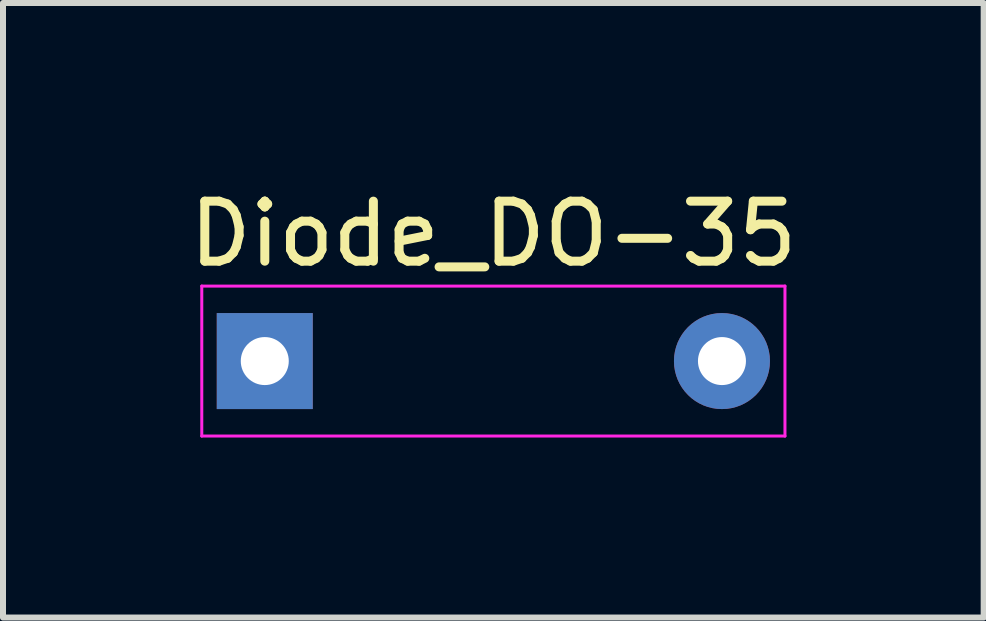
<source format=kicad_pcb>
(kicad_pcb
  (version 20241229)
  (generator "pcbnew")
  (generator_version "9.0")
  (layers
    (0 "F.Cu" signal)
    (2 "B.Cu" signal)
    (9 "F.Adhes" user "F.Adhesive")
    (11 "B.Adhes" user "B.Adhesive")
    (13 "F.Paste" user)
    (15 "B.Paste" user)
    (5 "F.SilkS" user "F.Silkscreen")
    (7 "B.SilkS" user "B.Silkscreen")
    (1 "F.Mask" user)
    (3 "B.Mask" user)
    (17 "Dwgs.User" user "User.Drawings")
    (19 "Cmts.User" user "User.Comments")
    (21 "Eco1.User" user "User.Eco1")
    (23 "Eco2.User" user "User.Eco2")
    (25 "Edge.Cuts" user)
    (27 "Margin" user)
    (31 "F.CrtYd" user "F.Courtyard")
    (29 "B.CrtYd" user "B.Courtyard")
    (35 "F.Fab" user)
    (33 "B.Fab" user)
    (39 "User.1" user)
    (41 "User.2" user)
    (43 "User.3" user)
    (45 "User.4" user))
  (footprint "Diode_DO-35"
    (layer "F.Cu")
    (at 1.363 2.968)
    (property "Reference" "Diode_DO-35" (at 3.81 -2.12 0) (layer "F.SilkS") (effects (font (size 1 1) (thickness 0.15))))
    (attr through_hole)
    (fp_line (start -1.05 -1.25) (end -1.05 1.25) (stroke (width 0.05) (type solid)) (layer "F.CrtYd"))
    (fp_line (start -1.05 1.25) (end 8.67 1.25) (stroke (width 0.05) (type solid)) (layer "F.CrtYd"))
    (fp_line (start 8.67 -1.25) (end -1.05 -1.25) (stroke (width 0.05) (type solid)) (layer "F.CrtYd"))
    (fp_line (start 8.67 1.25) (end 8.67 -1.25) (stroke (width 0.05) (type solid)) (layer "F.CrtYd"))
    (pad "1" thru_hole rect (at 0 0) (size 1.6 1.6) (drill 0.8) (layers "*.Cu" "*.Mask"))
    (pad "2" thru_hole oval (at 7.62 0) (size 1.6 1.6) (drill 0.8) (layers "*.Cu" "*.Mask")))
  (gr_rect
    (start -3 -3)
    (end 13.345 7.243)
    (stroke (width 0.1) (type default))
    (fill no)
    (layer "Edge.Cuts")))
</source>
